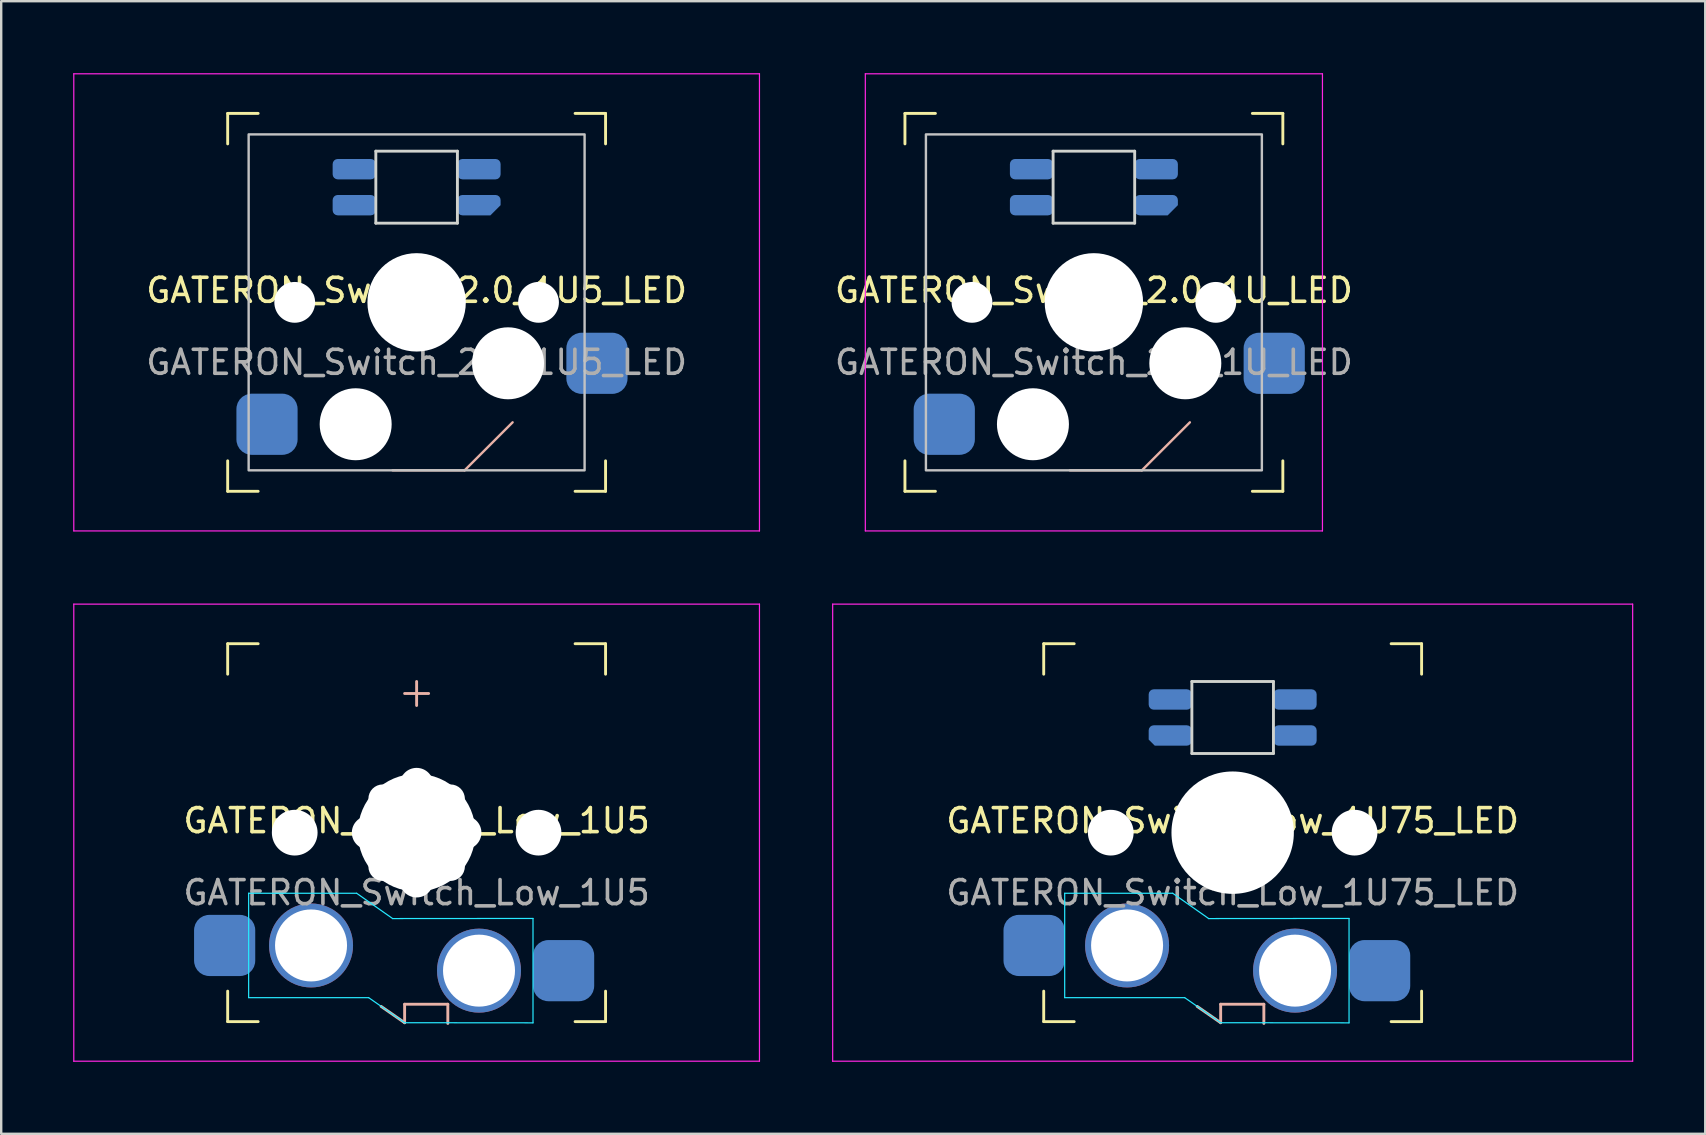
<source format=kicad_pcb>
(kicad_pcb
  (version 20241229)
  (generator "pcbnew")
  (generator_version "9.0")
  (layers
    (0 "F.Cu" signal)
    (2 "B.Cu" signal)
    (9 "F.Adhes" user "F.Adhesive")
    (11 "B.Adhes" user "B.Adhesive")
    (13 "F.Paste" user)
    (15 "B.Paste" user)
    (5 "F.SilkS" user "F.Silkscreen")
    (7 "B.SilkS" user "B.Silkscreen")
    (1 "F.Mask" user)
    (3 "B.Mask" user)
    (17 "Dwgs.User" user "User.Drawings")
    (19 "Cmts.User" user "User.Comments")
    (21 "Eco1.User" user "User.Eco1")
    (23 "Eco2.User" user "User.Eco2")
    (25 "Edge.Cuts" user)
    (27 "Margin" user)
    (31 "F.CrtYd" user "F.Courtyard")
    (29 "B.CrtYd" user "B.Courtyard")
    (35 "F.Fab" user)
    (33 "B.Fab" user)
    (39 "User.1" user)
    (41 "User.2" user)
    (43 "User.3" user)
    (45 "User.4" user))
  (footprint "GATERON_Switch_2.0_1U_LED"
    (layer "F.Cu")
    (at 42.536 9.55)
    (property "Reference" "GATERON_Switch_2.0_1U_LED" (at 0 -0.5 0) (unlocked yes) (layer "F.SilkS") (effects (font (size 1 1) (thickness 0.15))))
    (attr smd)
    (fp_line (start -7.874 -7.874) (end -6.604 -7.874) (stroke (width 0.12) (type default)) (layer "F.SilkS"))
    (fp_line (start -7.874 -6.604) (end -7.874 -7.874) (stroke (width 0.12) (type default)) (layer "F.SilkS"))
    (fp_line (start -7.874 6.604) (end -7.874 7.874) (stroke (width 0.12) (type default)) (layer "F.SilkS"))
    (fp_line (start -7.874 7.874) (end -6.604 7.874) (stroke (width 0.12) (type default)) (layer "F.SilkS"))
    (fp_line (start 7.874 -7.874) (end 6.604 -7.874) (stroke (width 0.12) (type default)) (layer "F.SilkS"))
    (fp_line (start 7.874 -6.604) (end 7.874 -7.874) (stroke (width 0.12) (type default)) (layer "F.SilkS"))
    (fp_line (start 7.874 6.604) (end 7.874 7.874) (stroke (width 0.12) (type default)) (layer "F.SilkS"))
    (fp_line (start 7.874 7.874) (end 6.604 7.874) (stroke (width 0.12) (type default)) (layer "F.SilkS"))
    (fp_line (start 2 7) (end -1 7) (stroke (width 0.1) (type default)) (layer "B.SilkS"))
    (fp_line (start 4 5) (end 2 7) (stroke (width 0.1) (type default)) (layer "B.SilkS"))
    (fp_rect (start -7 -7) (end 7 7) (stroke (width 0.1) (type solid)) (fill no) (layer "Dwgs.User"))
    (fp_line (start -1.7 -6.3) (end -1.7 -3.3) (stroke (width 0.12) (type default)) (layer "Edge.Cuts"))
    (fp_line (start -1.7 -6.3) (end 1.7 -6.3) (stroke (width 0.12) (type default)) (layer "Edge.Cuts"))
    (fp_line (start -1.7 -3.3) (end 1.7 -3.3) (stroke (width 0.12) (type default)) (layer "Edge.Cuts"))
    (fp_line (start 1.7 -6.3) (end 1.7 -3.3) (stroke (width 0.12) (type default)) (layer "Edge.Cuts"))
    (fp_line (start -9.525 -9.525) (end -9.525 9.525) (stroke (width 0.05) (type default)) (layer "F.CrtYd"))
    (fp_line (start -9.525 -9.525) (end 9.525 -9.525) (stroke (width 0.05) (type default)) (layer "F.CrtYd"))
    (fp_line (start -9.525 9.525) (end 9.525 9.525) (stroke (width 0.05) (type default)) (layer "F.CrtYd"))
    (fp_line (start 9.525 -9.525) (end 9.525 9.525) (stroke (width 0.05) (type default)) (layer "F.CrtYd"))
    (fp_text user "${REFERENCE}" (at 0 2.5 0) (unlocked yes) (layer "F.Fab") (effects (font (size 1 1) (thickness 0.15))))
    (pad "" np_thru_hole circle (at -5.08 0) (size 1.7 1.7) (drill 1.7) (layers "*.Cu" "*.Mask"))
    (pad "" np_thru_hole circle (at -2.54 5.08) (size 3 3) (drill 3) (layers "*.Cu" "*.Mask"))
    (pad "" np_thru_hole circle (at 0 0) (size 4.1 4.1) (drill 4.1) (layers "*.Cu" "*.Mask"))
    (pad "" np_thru_hole circle (at 3.81 2.54) (size 3 3) (drill 3) (layers "*.Cu" "*.Mask"))
    (pad "" np_thru_hole circle (at 5.08 0) (size 1.7 1.7) (drill 1.7) (layers "*.Cu" "*.Mask"))
    (pad "1" smd roundrect (at -6.235 5.08) (size 2.55 2.55) (layers "B.Cu" "B.Mask" "B.Paste") (roundrect_rratio 0.25))
    (pad "2" smd roundrect (at 7.515 2.54) (size 2.55 2.55) (layers "B.Cu" "B.Mask" "B.Paste") (roundrect_rratio 0.25))
    (pad "G" smd roundrect (at 2.6 -4.05) (size 1.8 0.85) (layers "B.Cu" "B.Mask" "B.Paste") (roundrect_rratio 0.25) (chamfer_ratio 0.5) (chamfer bottom_right))
    (pad "I" smd roundrect (at 2.6 -5.55) (size 1.8 0.85) (layers "B.Cu" "B.Mask" "B.Paste") (roundrect_rratio 0.25))
    (pad "O" smd roundrect (at -2.6 -4.05) (size 1.8 0.85) (layers "B.Cu" "B.Mask" "B.Paste") (roundrect_rratio 0.25))
    (pad "V" smd roundrect (at -2.6 -5.55) (size 1.8 0.85) (layers "B.Cu" "B.Mask" "B.Paste") (roundrect_rratio 0.25)))
  (footprint "GATERON_Switch_2.0_1U5_LED"
    (layer "F.Cu")
    (at 14.312 9.55)
    (property "Reference" "GATERON_Switch_2.0_1U5_LED" (at 0 -0.5 0) (unlocked yes) (layer "F.SilkS") (effects (font (size 1 1) (thickness 0.15))))
    (attr smd)
    (fp_line (start -7.874 -7.874) (end -6.604 -7.874) (stroke (width 0.12) (type default)) (layer "F.SilkS"))
    (fp_line (start -7.874 -6.604) (end -7.874 -7.874) (stroke (width 0.12) (type default)) (layer "F.SilkS"))
    (fp_line (start -7.874 6.604) (end -7.874 7.874) (stroke (width 0.12) (type default)) (layer "F.SilkS"))
    (fp_line (start -7.874 7.874) (end -6.604 7.874) (stroke (width 0.12) (type default)) (layer "F.SilkS"))
    (fp_line (start 7.874 -7.874) (end 6.604 -7.874) (stroke (width 0.12) (type default)) (layer "F.SilkS"))
    (fp_line (start 7.874 -6.604) (end 7.874 -7.874) (stroke (width 0.12) (type default)) (layer "F.SilkS"))
    (fp_line (start 7.874 6.604) (end 7.874 7.874) (stroke (width 0.12) (type default)) (layer "F.SilkS"))
    (fp_line (start 7.874 7.874) (end 6.604 7.874) (stroke (width 0.12) (type default)) (layer "F.SilkS"))
    (fp_line (start 2 7) (end -1 7) (stroke (width 0.1) (type default)) (layer "B.SilkS"))
    (fp_line (start 4 5) (end 2 7) (stroke (width 0.1) (type default)) (layer "B.SilkS"))
    (fp_rect (start -7 -7) (end 7 7) (stroke (width 0.1) (type solid)) (fill no) (layer "Dwgs.User"))
    (fp_line (start -1.7 -6.3) (end -1.7 -3.3) (stroke (width 0.12) (type default)) (layer "Edge.Cuts"))
    (fp_line (start -1.7 -6.3) (end 1.7 -6.3) (stroke (width 0.12) (type default)) (layer "Edge.Cuts"))
    (fp_line (start -1.7 -3.3) (end 1.7 -3.3) (stroke (width 0.12) (type default)) (layer "Edge.Cuts"))
    (fp_line (start 1.7 -6.3) (end 1.7 -3.3) (stroke (width 0.12) (type default)) (layer "Edge.Cuts"))
    (fp_line (start -14.287 -9.525) (end -14.287 9.525) (stroke (width 0.05) (type solid)) (layer "F.CrtYd"))
    (fp_line (start -14.287 -9.525) (end 14.287 -9.525) (stroke (width 0.05) (type solid)) (layer "F.CrtYd"))
    (fp_line (start -14.287 9.525) (end 14.287 9.525) (stroke (width 0.05) (type solid)) (layer "F.CrtYd"))
    (fp_line (start 14.287 -9.525) (end 14.287 9.525) (stroke (width 0.05) (type solid)) (layer "F.CrtYd"))
    (fp_text user "${REFERENCE}" (at 0 2.5 0) (unlocked yes) (layer "F.Fab") (effects (font (size 1 1) (thickness 0.15))))
    (pad "" np_thru_hole circle (at -5.08 0) (size 1.7 1.7) (drill 1.7) (layers "*.Cu" "*.Mask"))
    (pad "" np_thru_hole circle (at -2.54 5.08) (size 3 3) (drill 3) (layers "*.Cu" "*.Mask"))
    (pad "" np_thru_hole circle (at 0 0) (size 4.1 4.1) (drill 4.1) (layers "*.Cu" "*.Mask"))
    (pad "" np_thru_hole circle (at 3.81 2.54) (size 3 3) (drill 3) (layers "*.Cu" "*.Mask"))
    (pad "" np_thru_hole circle (at 5.08 0) (size 1.7 1.7) (drill 1.7) (layers "*.Cu" "*.Mask"))
    (pad "1" smd roundrect (at -6.235 5.08) (size 2.55 2.55) (layers "B.Cu" "B.Mask" "B.Paste") (roundrect_rratio 0.25))
    (pad "2" smd roundrect (at 7.515 2.54) (size 2.55 2.55) (layers "B.Cu" "B.Mask" "B.Paste") (roundrect_rratio 0.25))
    (pad "G" smd roundrect (at 2.6 -4.05) (size 1.8 0.85) (layers "B.Cu" "B.Mask" "B.Paste") (roundrect_rratio 0.25) (chamfer_ratio 0.5) (chamfer bottom_right))
    (pad "I" smd roundrect (at 2.6 -5.55) (size 1.8 0.85) (layers "B.Cu" "B.Mask" "B.Paste") (roundrect_rratio 0.25))
    (pad "O" smd roundrect (at -2.6 -4.05) (size 1.8 0.85) (layers "B.Cu" "B.Mask" "B.Paste") (roundrect_rratio 0.25))
    (pad "V" smd roundrect (at -2.6 -5.55) (size 1.8 0.85) (layers "B.Cu" "B.Mask" "B.Paste") (roundrect_rratio 0.25)))
  (footprint "GATERON_Switch_Low_1U5"
    (layer "F.Cu")
    (at 14.312 31.65)
    (property "Reference" "GATERON_Switch_Low_1U5" (at 0 -0.5 0) (unlocked yes) (layer "F.SilkS") (effects (font (size 1 1) (thickness 0.15))))
    (attr smd)
    (fp_line (start -7.874 -7.874) (end -6.604 -7.874) (stroke (width 0.12) (type default)) (layer "F.SilkS"))
    (fp_line (start -7.874 -6.604) (end -7.874 -7.874) (stroke (width 0.12) (type default)) (layer "F.SilkS"))
    (fp_line (start -7.874 6.604) (end -7.874 7.874) (stroke (width 0.12) (type default)) (layer "F.SilkS"))
    (fp_line (start -7.874 7.874) (end -6.604 7.874) (stroke (width 0.12) (type default)) (layer "F.SilkS"))
    (fp_line (start 7.874 -7.874) (end 6.604 -7.874) (stroke (width 0.12) (type default)) (layer "F.SilkS"))
    (fp_line (start 7.874 -6.604) (end 7.874 -7.874) (stroke (width 0.12) (type default)) (layer "F.SilkS"))
    (fp_line (start 7.874 6.604) (end 7.874 7.874) (stroke (width 0.12) (type default)) (layer "F.SilkS"))
    (fp_line (start 7.874 7.874) (end 6.604 7.874) (stroke (width 0.12) (type default)) (layer "F.SilkS"))
    (fp_line (start -1.48 7.24) (end -0.5 7.92) (stroke (width 0.12) (type default)) (layer "B.SilkS"))
    (fp_line (start -0.5 -5.8) (end 0.5 -5.8) (stroke (width 0.12) (type default)) (layer "B.SilkS"))
    (fp_line (start -0.5 7.15) (end 1.3 7.15) (stroke (width 0.12) (type default)) (layer "B.SilkS"))
    (fp_line (start -0.5 7.92) (end -0.5 7.15) (stroke (width 0.12) (type default)) (layer "B.SilkS"))
    (fp_line (start 0 -6.3) (end 0 -5.3) (stroke (width 0.12) (type default)) (layer "B.SilkS"))
    (fp_line (start 1.3 7.15) (end 1.3 7.95) (stroke (width 0.12) (type default)) (layer "B.SilkS"))
    (fp_line (start -7 2.525) (end -7 6.875) (stroke (width 0.05) (type default)) (layer "B.CrtYd"))
    (fp_line (start -7 2.525) (end -2.5 2.525) (stroke (width 0.05) (type default)) (layer "B.CrtYd"))
    (fp_line (start -7 6.875) (end -2 6.875) (stroke (width 0.05) (type default)) (layer "B.CrtYd"))
    (fp_line (start -2.5 2.525) (end -1 3.58) (stroke (width 0.05) (type default)) (layer "B.CrtYd"))
    (fp_line (start -2 6.875) (end -0.5 7.92) (stroke (width 0.05) (type default)) (layer "B.CrtYd"))
    (fp_line (start -1 3.58) (end 4.85 3.575) (stroke (width 0.05) (type default)) (layer "B.CrtYd"))
    (fp_line (start 4.85 3.575) (end 4.85 7.925) (stroke (width 0.05) (type default)) (layer "B.CrtYd"))
    (fp_line (start 4.85 7.925) (end -0.5 7.92) (stroke (width 0.05) (type default)) (layer "B.CrtYd"))
    (fp_line (start -14.287 -9.525) (end -14.287 9.525) (stroke (width 0.05) (type default)) (layer "F.CrtYd"))
    (fp_line (start -14.287 -9.525) (end 14.287 -9.525) (stroke (width 0.05) (type default)) (layer "F.CrtYd"))
    (fp_line (start -14.287 9.525) (end 14.287 9.525) (stroke (width 0.05) (type default)) (layer "F.CrtYd"))
    (fp_line (start 14.287 -9.525) (end 14.287 9.525) (stroke (width 0.05) (type default)) (layer "F.CrtYd"))
    (fp_text user "${REFERENCE}" (at 0 2.5 0) (unlocked yes) (layer "F.Fab") (effects (font (size 1 1) (thickness 0.15))))
    (pad "" np_thru_hole circle (at -5.08 0) (size 1.905 1.905) (drill 1.905) (layers "*.Cu" "*.Mask"))
    (pad "" np_thru_hole circle (at -2 0) (size 1.4 1.4) (drill 1.4) (layers "*.Cu" "*.Mask"))
    (pad "" np_thru_hole circle (at -1.41 -1.41) (size 1.2 1.2) (drill 1.2) (layers "*.Cu" "*.Mask"))
    (pad "" np_thru_hole circle (at -1.41 1.41) (size 1.2 1.2) (drill 1.2) (layers "*.Cu" "*.Mask"))
    (pad "" np_thru_hole circle (at 0 -2) (size 1.4 1.4) (drill 1.4) (layers "*.Cu" "*.Mask"))
    (pad "" np_thru_hole circle (at 0 0) (size 4.9 4.9) (drill 4.9) (layers "*.Cu" "*.Mask"))
    (pad "" np_thru_hole circle (at 0 2) (size 1.4 1.4) (drill 1.4) (layers "*.Cu" "*.Mask"))
    (pad "" np_thru_hole circle (at 1.41 -1.41) (size 1.2 1.2) (drill 1.2) (layers "*.Cu" "*.Mask"))
    (pad "" np_thru_hole circle (at 1.41 1.41) (size 1.2 1.2) (drill 1.2) (layers "*.Cu" "*.Mask"))
    (pad "" np_thru_hole circle (at 2 0) (size 1.4 1.4) (drill 1.4) (layers "*.Cu" "*.Mask"))
    (pad "" np_thru_hole circle (at 5.08 0) (size 1.905 1.905) (drill 1.905) (layers "*.Cu" "*.Mask"))
    (pad "1" smd roundrect (at -8 4.7) (size 2.55 2.55) (layers "B.Cu" "B.Mask" "B.Paste") (roundrect_rratio 0.25))
    (pad "1" thru_hole circle (at -4.4 4.7) (size 3.5 3.5) (drill 3) (layers "*.Cu" "*.Mask"))
    (pad "2" thru_hole circle (at 2.6 5.75) (size 3.5 3.5) (drill 3) (layers "*.Cu" "*.Mask"))
    (pad "2" smd roundrect (at 6.125 5.75) (size 2.55 2.55) (layers "B.Cu" "B.Mask" "B.Paste") (roundrect_rratio 0.25)))
  (footprint "GATERON_Switch_Low_1U75_LED"
    (layer "F.Cu")
    (at 48.319 31.65)
    (property "Reference" "GATERON_Switch_Low_1U75_LED" (at 0 -0.5 0) (unlocked yes) (layer "F.SilkS") (effects (font (size 1 1) (thickness 0.15))))
    (attr smd)
    (fp_line (start -7.874 -7.874) (end -6.604 -7.874) (stroke (width 0.12) (type default)) (layer "F.SilkS"))
    (fp_line (start -7.874 -6.604) (end -7.874 -7.874) (stroke (width 0.12) (type default)) (layer "F.SilkS"))
    (fp_line (start -7.874 6.604) (end -7.874 7.874) (stroke (width 0.12) (type default)) (layer "F.SilkS"))
    (fp_line (start -7.874 7.874) (end -6.604 7.874) (stroke (width 0.12) (type default)) (layer "F.SilkS"))
    (fp_line (start 7.874 -7.874) (end 6.604 -7.874) (stroke (width 0.12) (type default)) (layer "F.SilkS"))
    (fp_line (start 7.874 -6.604) (end 7.874 -7.874) (stroke (width 0.12) (type default)) (layer "F.SilkS"))
    (fp_line (start 7.874 6.604) (end 7.874 7.874) (stroke (width 0.12) (type default)) (layer "F.SilkS"))
    (fp_line (start 7.874 7.874) (end 6.604 7.874) (stroke (width 0.12) (type default)) (layer "F.SilkS"))
    (fp_line (start -1.48 7.24) (end -0.5 7.92) (stroke (width 0.12) (type default)) (layer "B.SilkS"))
    (fp_line (start -0.5 7.15) (end 1.3 7.15) (stroke (width 0.12) (type default)) (layer "B.SilkS"))
    (fp_line (start -0.5 7.92) (end -0.5 7.15) (stroke (width 0.12) (type default)) (layer "B.SilkS"))
    (fp_line (start 1.3 7.15) (end 1.3 7.95) (stroke (width 0.12) (type default)) (layer "B.SilkS"))
    (fp_line (start -1.7 -6.3) (end -1.7 -3.3) (stroke (width 0.12) (type default)) (layer "Edge.Cuts"))
    (fp_line (start -1.7 -6.3) (end 1.7 -6.3) (stroke (width 0.12) (type default)) (layer "Edge.Cuts"))
    (fp_line (start -1.7 -3.3) (end 1.7 -3.3) (stroke (width 0.12) (type default)) (layer "Edge.Cuts"))
    (fp_line (start 1.7 -6.3) (end 1.7 -3.3) (stroke (width 0.12) (type default)) (layer "Edge.Cuts"))
    (fp_line (start -7 2.525) (end -7 6.875) (stroke (width 0.05) (type default)) (layer "B.CrtYd"))
    (fp_line (start -7 2.525) (end -2.5 2.525) (stroke (width 0.05) (type default)) (layer "B.CrtYd"))
    (fp_line (start -7 6.875) (end -2 6.875) (stroke (width 0.05) (type default)) (layer "B.CrtYd"))
    (fp_line (start -2.5 2.525) (end -1 3.58) (stroke (width 0.05) (type default)) (layer "B.CrtYd"))
    (fp_line (start -2 6.875) (end -0.5 7.92) (stroke (width 0.05) (type default)) (layer "B.CrtYd"))
    (fp_line (start -1 3.58) (end 4.85 3.575) (stroke (width 0.05) (type default)) (layer "B.CrtYd"))
    (fp_line (start 4.85 3.575) (end 4.85 7.925) (stroke (width 0.05) (type default)) (layer "B.CrtYd"))
    (fp_line (start 4.85 7.925) (end -0.5 7.92) (stroke (width 0.05) (type default)) (layer "B.CrtYd"))
    (fp_line (start -16.669 -9.525) (end -16.669 9.525) (stroke (width 0.05) (type default)) (layer "F.CrtYd"))
    (fp_line (start -16.669 -9.525) (end 16.669 -9.525) (stroke (width 0.05) (type default)) (layer "F.CrtYd"))
    (fp_line (start -16.669 9.525) (end 16.669 9.525) (stroke (width 0.05) (type default)) (layer "F.CrtYd"))
    (fp_line (start 16.669 -9.525) (end 16.669 9.525) (stroke (width 0.05) (type default)) (layer "F.CrtYd"))
    (fp_text user "${REFERENCE}" (at 0 2.5 0) (unlocked yes) (layer "F.Fab") (effects (font (size 1 1) (thickness 0.15))))
    (pad "" np_thru_hole circle (at -5.08 0) (size 1.905 1.905) (drill 1.905) (layers "*.Cu" "*.Mask"))
    (pad "" np_thru_hole circle (at 0 0) (size 5.1 5.1) (drill 5.1) (layers "*.Cu" "*.Mask"))
    (pad "" np_thru_hole circle (at 5.08 0) (size 1.905 1.905) (drill 1.905) (layers "*.Cu" "*.Mask"))
    (pad "1" smd roundrect (at -8.275 4.7) (size 2.55 2.55) (layers "B.Cu" "B.Mask" "B.Paste") (roundrect_rratio 0.25))
    (pad "1" thru_hole circle (at -4.4 4.7) (size 3.5 3.5) (drill 3) (layers "*.Cu" "*.Mask"))
    (pad "2" thru_hole circle (at 2.6 5.75) (size 3.5 3.5) (drill 3) (layers "*.Cu" "*.Mask"))
    (pad "2" smd roundrect (at 6.125 5.75) (size 2.55 2.55) (layers "B.Cu" "B.Mask" "B.Paste") (roundrect_rratio 0.25))
    (pad "G" smd roundrect (at -2.6 -4.05) (size 1.8 0.85) (layers "B.Cu" "B.Mask" "B.Paste") (roundrect_rratio 0.25) (chamfer_ratio 0.3) (chamfer bottom_left))
    (pad "I" smd roundrect (at -2.6 -5.55) (size 1.8 0.85) (layers "B.Cu" "B.Mask" "B.Paste") (roundrect_rratio 0.25))
    (pad "O" smd roundrect (at 2.6 -4.05) (size 1.8 0.85) (layers "B.Cu" "B.Mask" "B.Paste") (roundrect_rratio 0.25))
    (pad "V" smd roundrect (at 2.6 -5.55) (size 1.8 0.85) (layers "B.Cu" "B.Mask" "B.Paste") (roundrect_rratio 0.25)))
  (gr_rect
    (start -3 -3)
    (end 68.013 44.2)
    (stroke (width 0.1) (type default))
    (fill no)
    (layer "Edge.Cuts")))
</source>
